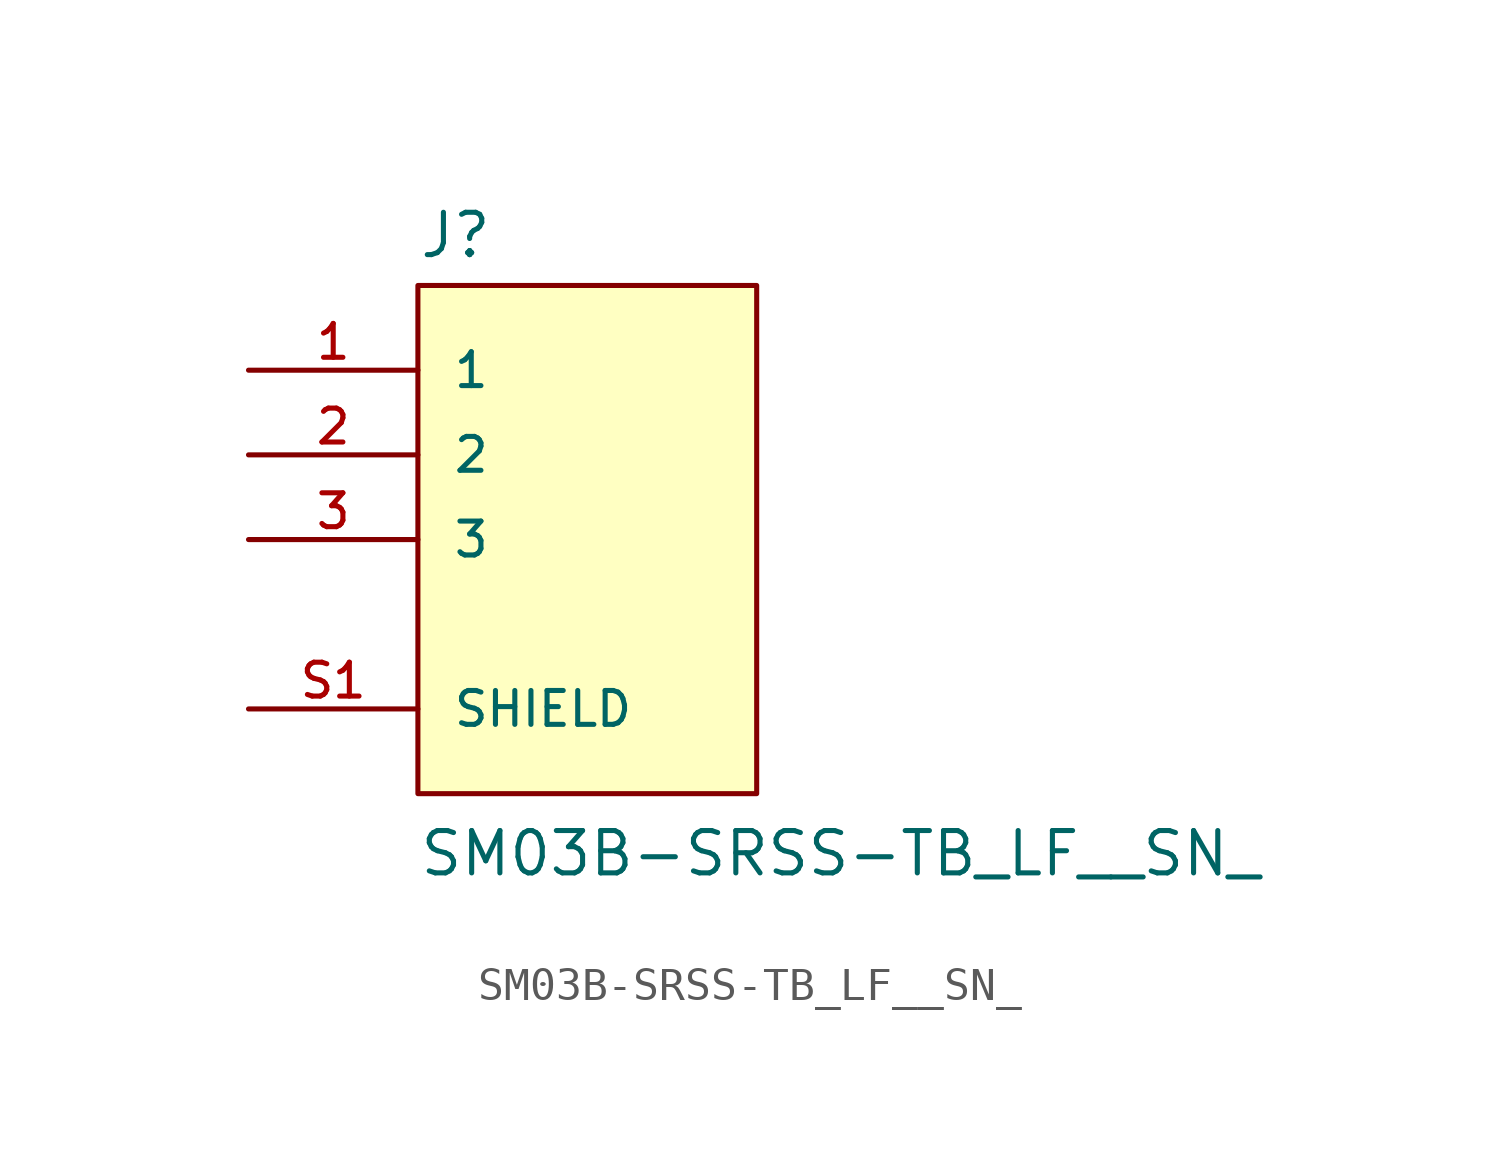
<source format=kicad_sym>
(kicad_symbol_lib
  (version 20211014)
  (generator kicad_symbol_editor)
  (symbol "SM03B-SRSS-TB_LF__SN_"
    (pin_names
      (offset 1.016))
    (property "Reference" "J"
      (at -5.08 8.382 0)
      (effects (font (size 1.27 1.27)) (justify bottom left)))
    (property "Value" "SM03B-SRSS-TB_LF__SN_"
      (at -5.08 -10.16 0)
      (effects (font (size 1.27 1.27)) (justify bottom left)))
    (symbol "SM03B-SRSS-TB_LF__SN__0_0"
      (rectangle (start -5.08 -7.62) (end 5.08 7.62) (stroke (width 0.152)) (fill (type background)))
      (pin passive line (at -10.16 5.08 0) (length 5.08) (name "1" (effects (font (size 1.016 1.016)))) (number "1" (effects (font (size 1.016 1.016)))))
      (pin passive line (at -10.16 2.54 0) (length 5.08) (name "2" (effects (font (size 1.016 1.016)))) (number "2" (effects (font (size 1.016 1.016)))))
      (pin passive line (at -10.16 0.0 0) (length 5.08) (name "3" (effects (font (size 1.016 1.016)))) (number "3" (effects (font (size 1.016 1.016)))))
      (pin passive line (at -10.16 -5.08 0) (length 5.08) (name "SHIELD" (effects (font (size 1.016 1.016)))) (number "S1" (effects (font (size 1.016 1.016)))))
      (pin passive line (at -10.16 -5.08 0) (length 5.08) hide (name "SHIELD" (effects (font (size 1.016 1.016)))) (number "S2" (effects (font (size 1.016 1.016))))))))
</source>
